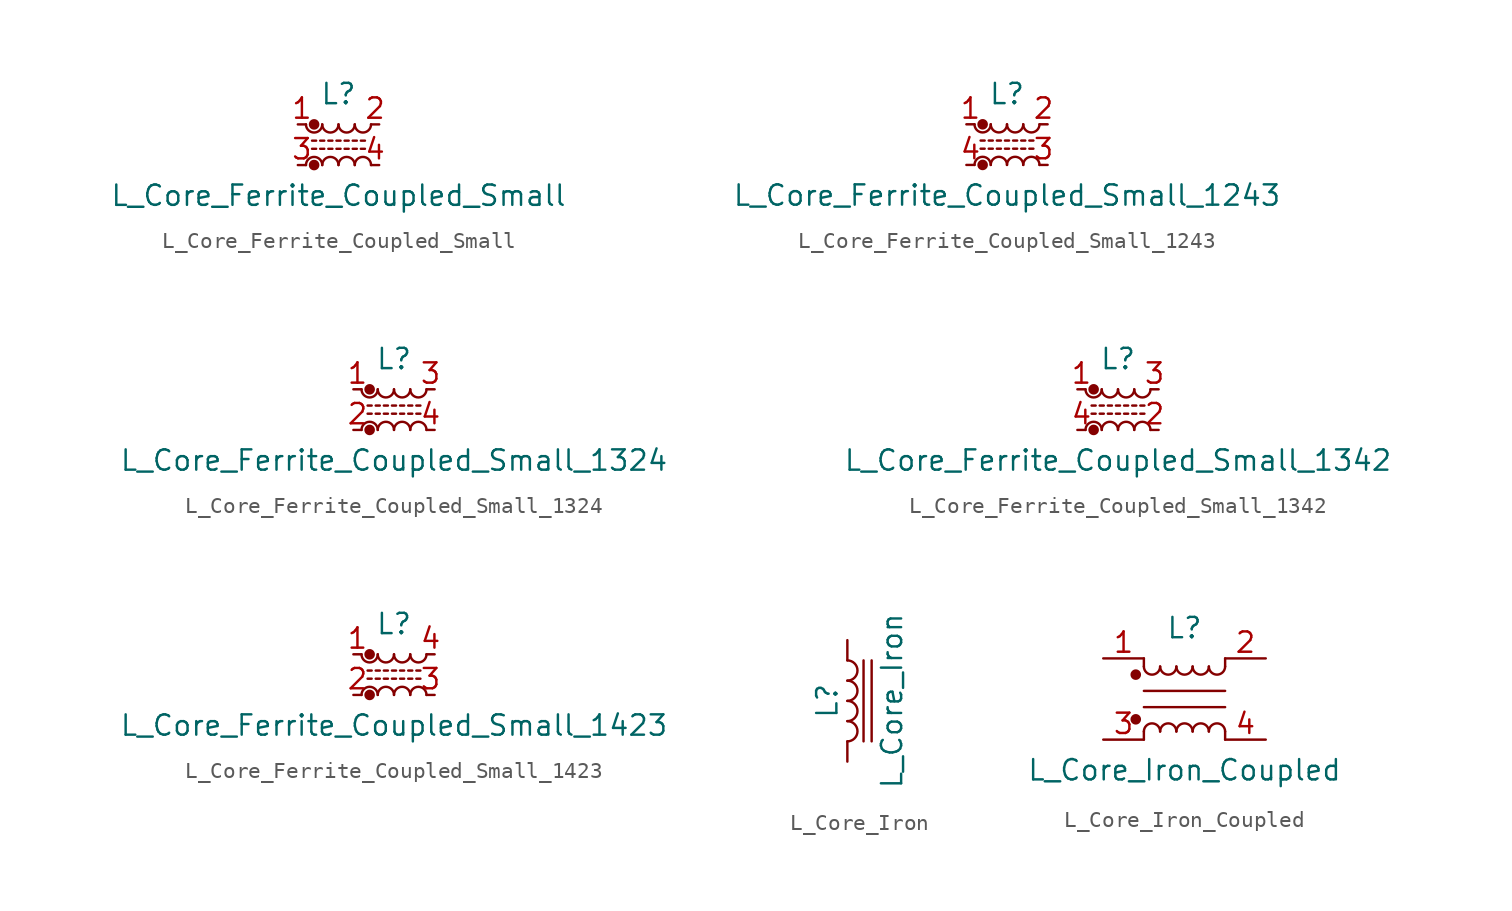
<source format=kicad_sym>
(kicad_symbol_lib
  (version 20211014)
  (generator kicad_symbol_editor)
  (symbol "L_Core_Ferrite_Coupled_Small"
    (pin_names
      (offset 0.254) hide)
    (property "Reference" "L"
      (at 0 3.175 0)
      (effects (font (size 1.27 1.27))))
    (property "Value" "L_Core_Ferrite_Coupled_Small"
      (at 0 -3.175 0)
      (effects (font (size 1.27 1.27))))
    (symbol "L_Core_Ferrite_Coupled_Small_0_1"
      (arc (start -2.032 1.27) (mid -1.524 0.762) (end -1.016 1.27) (stroke (width 0) (type default) (color 0 0 0 0)) (fill (type none)))
      (circle (center -1.524 -1.27) (radius 0.254) (stroke (width 0) (type default) (color 0 0 0 0)) (fill (type outline)))
      (circle (center -1.524 1.27) (radius 0.254) (stroke (width 0) (type default) (color 0 0 0 0)) (fill (type outline)))
      (arc (start -1.016 -1.27) (mid -1.524 -0.762) (end -2.032 -1.27) (stroke (width 0) (type default) (color 0 0 0 0)) (fill (type none)))
      (arc (start -1.016 1.27) (mid -0.508 0.762) (end 0 1.27) (stroke (width 0) (type default) (color 0 0 0 0)) (fill (type none)))
      (arc (start 0 -1.27) (mid -0.508 -0.762) (end -1.016 -1.27) (stroke (width 0) (type default) (color 0 0 0 0)) (fill (type none)))
      (polyline (pts (xy -1.651 0.254) (xy -1.397 0.254)) (stroke (width 0) (type default) (color 0 0 0 0)) (fill (type none)))
      (polyline (pts (xy -1.397 -0.254) (xy -1.651 -0.254)) (stroke (width 0) (type default) (color 0 0 0 0)) (fill (type none)))
      (polyline (pts (xy -1.143 0.254) (xy -0.889 0.254)) (stroke (width 0) (type default) (color 0 0 0 0)) (fill (type none)))
      (polyline (pts (xy -0.889 -0.254) (xy -1.143 -0.254)) (stroke (width 0) (type default) (color 0 0 0 0)) (fill (type none)))
      (polyline (pts (xy -0.635 0.254) (xy -0.381 0.254)) (stroke (width 0) (type default) (color 0 0 0 0)) (fill (type none)))
      (polyline (pts (xy -0.381 -0.254) (xy -0.635 -0.254)) (stroke (width 0) (type default) (color 0 0 0 0)) (fill (type none)))
      (polyline (pts (xy -0.127 0.254) (xy 0.127 0.254)) (stroke (width 0) (type default) (color 0 0 0 0)) (fill (type none)))
      (polyline (pts (xy 0.127 -0.254) (xy -0.127 -0.254)) (stroke (width 0) (type default) (color 0 0 0 0)) (fill (type none)))
      (polyline (pts (xy 0.381 0.254) (xy 0.635 0.254)) (stroke (width 0) (type default) (color 0 0 0 0)) (fill (type none)))
      (polyline (pts (xy 0.635 -0.254) (xy 0.381 -0.254)) (stroke (width 0) (type default) (color 0 0 0 0)) (fill (type none)))
      (polyline (pts (xy 0.889 0.254) (xy 1.143 0.254)) (stroke (width 0) (type default) (color 0 0 0 0)) (fill (type none)))
      (polyline (pts (xy 1.143 -0.254) (xy 0.889 -0.254)) (stroke (width 0) (type default) (color 0 0 0 0)) (fill (type none)))
      (polyline (pts (xy 1.397 0.254) (xy 1.651 0.254)) (stroke (width 0) (type default) (color 0 0 0 0)) (fill (type none)))
      (polyline (pts (xy 1.651 -0.254) (xy 1.397 -0.254)) (stroke (width 0) (type default) (color 0 0 0 0)) (fill (type none)))
      (arc (start 0 1.27) (mid 0.508 0.762) (end 1.016 1.27) (stroke (width 0) (type default) (color 0 0 0 0)) (fill (type none)))
      (arc (start 1.016 -1.27) (mid 0.508 -0.762) (end 0 -1.27) (stroke (width 0) (type default) (color 0 0 0 0)) (fill (type none)))
      (arc (start 1.016 1.27) (mid 1.524 0.762) (end 2.032 1.27) (stroke (width 0) (type default) (color 0 0 0 0)) (fill (type none)))
      (arc (start 2.032 -1.27) (mid 1.524 -0.762) (end 1.016 -1.27) (stroke (width 0) (type default) (color 0 0 0 0)) (fill (type none))))
    (symbol "L_Core_Ferrite_Coupled_Small_1_1"
      (pin passive line (at -2.54 1.27 0) (length 0.508) (name "1" (effects (font (size 1.27 1.27)))) (number "1" (effects (font (size 1.27 1.27)))))
      (pin passive line (at 2.54 1.27 180) (length 0.508) (name "2" (effects (font (size 1.27 1.27)))) (number "2" (effects (font (size 1.27 1.27)))))
      (pin passive line (at -2.54 -1.27 0) (length 0.508) (name "3" (effects (font (size 1.27 1.27)))) (number "3" (effects (font (size 1.27 1.27)))))
      (pin passive line (at 2.54 -1.27 180) (length 0.508) (name "4" (effects (font (size 1.27 1.27)))) (number "4" (effects (font (size 1.27 1.27)))))))
  (symbol "L_Core_Ferrite_Coupled_Small_1243"
    (pin_names
      (offset 0.254) hide)
    (property "Reference" "L"
      (at 0 3.175 0)
      (effects (font (size 1.27 1.27))))
    (property "Value" "L_Core_Ferrite_Coupled_Small_1243"
      (at 0 -3.175 0)
      (effects (font (size 1.27 1.27))))
    (symbol "L_Core_Ferrite_Coupled_Small_1243_0_1"
      (arc (start -2.032 1.27) (mid -1.524 0.762) (end -1.016 1.27) (stroke (width 0) (type default) (color 0 0 0 0)) (fill (type none)))
      (circle (center -1.524 -1.27) (radius 0.254) (stroke (width 0) (type default) (color 0 0 0 0)) (fill (type outline)))
      (circle (center -1.524 1.27) (radius 0.254) (stroke (width 0) (type default) (color 0 0 0 0)) (fill (type outline)))
      (arc (start -1.016 -1.27) (mid -1.524 -0.762) (end -2.032 -1.27) (stroke (width 0) (type default) (color 0 0 0 0)) (fill (type none)))
      (arc (start -1.016 1.27) (mid -0.508 0.762) (end 0 1.27) (stroke (width 0) (type default) (color 0 0 0 0)) (fill (type none)))
      (arc (start 0 -1.27) (mid -0.508 -0.762) (end -1.016 -1.27) (stroke (width 0) (type default) (color 0 0 0 0)) (fill (type none)))
      (polyline (pts (xy -1.651 0.254) (xy -1.397 0.254)) (stroke (width 0) (type default) (color 0 0 0 0)) (fill (type none)))
      (polyline (pts (xy -1.397 -0.254) (xy -1.651 -0.254)) (stroke (width 0) (type default) (color 0 0 0 0)) (fill (type none)))
      (polyline (pts (xy -1.143 0.254) (xy -0.889 0.254)) (stroke (width 0) (type default) (color 0 0 0 0)) (fill (type none)))
      (polyline (pts (xy -0.889 -0.254) (xy -1.143 -0.254)) (stroke (width 0) (type default) (color 0 0 0 0)) (fill (type none)))
      (polyline (pts (xy -0.635 0.254) (xy -0.381 0.254)) (stroke (width 0) (type default) (color 0 0 0 0)) (fill (type none)))
      (polyline (pts (xy -0.381 -0.254) (xy -0.635 -0.254)) (stroke (width 0) (type default) (color 0 0 0 0)) (fill (type none)))
      (polyline (pts (xy -0.127 0.254) (xy 0.127 0.254)) (stroke (width 0) (type default) (color 0 0 0 0)) (fill (type none)))
      (polyline (pts (xy 0.127 -0.254) (xy -0.127 -0.254)) (stroke (width 0) (type default) (color 0 0 0 0)) (fill (type none)))
      (polyline (pts (xy 0.381 0.254) (xy 0.635 0.254)) (stroke (width 0) (type default) (color 0 0 0 0)) (fill (type none)))
      (polyline (pts (xy 0.635 -0.254) (xy 0.381 -0.254)) (stroke (width 0) (type default) (color 0 0 0 0)) (fill (type none)))
      (polyline (pts (xy 0.889 0.254) (xy 1.143 0.254)) (stroke (width 0) (type default) (color 0 0 0 0)) (fill (type none)))
      (polyline (pts (xy 1.143 -0.254) (xy 0.889 -0.254)) (stroke (width 0) (type default) (color 0 0 0 0)) (fill (type none)))
      (polyline (pts (xy 1.397 0.254) (xy 1.651 0.254)) (stroke (width 0) (type default) (color 0 0 0 0)) (fill (type none)))
      (polyline (pts (xy 1.651 -0.254) (xy 1.397 -0.254)) (stroke (width 0) (type default) (color 0 0 0 0)) (fill (type none)))
      (arc (start 0 1.27) (mid 0.508 0.762) (end 1.016 1.27) (stroke (width 0) (type default) (color 0 0 0 0)) (fill (type none)))
      (arc (start 1.016 -1.27) (mid 0.508 -0.762) (end 0 -1.27) (stroke (width 0) (type default) (color 0 0 0 0)) (fill (type none)))
      (arc (start 1.016 1.27) (mid 1.524 0.762) (end 2.032 1.27) (stroke (width 0) (type default) (color 0 0 0 0)) (fill (type none)))
      (arc (start 2.032 -1.27) (mid 1.524 -0.762) (end 1.016 -1.27) (stroke (width 0) (type default) (color 0 0 0 0)) (fill (type none))))
    (symbol "L_Core_Ferrite_Coupled_Small_1243_1_1"
      (pin passive line (at -2.54 1.27 0) (length 0.508) (name "1" (effects (font (size 1.27 1.27)))) (number "1" (effects (font (size 1.27 1.27)))))
      (pin passive line (at 2.54 1.27 180) (length 0.508) (name "2" (effects (font (size 1.27 1.27)))) (number "2" (effects (font (size 1.27 1.27)))))
      (pin passive line (at 2.54 -1.27 180) (length 0.508) (name "3" (effects (font (size 1.27 1.27)))) (number "3" (effects (font (size 1.27 1.27)))))
      (pin passive line (at -2.54 -1.27 0) (length 0.508) (name "4" (effects (font (size 1.27 1.27)))) (number "4" (effects (font (size 1.27 1.27)))))))
  (symbol "L_Core_Ferrite_Coupled_Small_1324"
    (pin_names
      (offset 0.254) hide)
    (property "Reference" "L"
      (at 0 3.175 0)
      (effects (font (size 1.27 1.27))))
    (property "Value" "L_Core_Ferrite_Coupled_Small_1324"
      (at 0 -3.175 0)
      (effects (font (size 1.27 1.27))))
    (symbol "L_Core_Ferrite_Coupled_Small_1324_0_1"
      (arc (start -2.032 1.27) (mid -1.524 0.762) (end -1.016 1.27) (stroke (width 0) (type default) (color 0 0 0 0)) (fill (type none)))
      (circle (center -1.524 -1.27) (radius 0.254) (stroke (width 0) (type default) (color 0 0 0 0)) (fill (type outline)))
      (circle (center -1.524 1.27) (radius 0.254) (stroke (width 0) (type default) (color 0 0 0 0)) (fill (type outline)))
      (arc (start -1.016 -1.27) (mid -1.524 -0.762) (end -2.032 -1.27) (stroke (width 0) (type default) (color 0 0 0 0)) (fill (type none)))
      (arc (start -1.016 1.27) (mid -0.508 0.762) (end 0 1.27) (stroke (width 0) (type default) (color 0 0 0 0)) (fill (type none)))
      (arc (start 0 -1.27) (mid -0.508 -0.762) (end -1.016 -1.27) (stroke (width 0) (type default) (color 0 0 0 0)) (fill (type none)))
      (polyline (pts (xy -1.651 0.254) (xy -1.397 0.254)) (stroke (width 0) (type default) (color 0 0 0 0)) (fill (type none)))
      (polyline (pts (xy -1.397 -0.254) (xy -1.651 -0.254)) (stroke (width 0) (type default) (color 0 0 0 0)) (fill (type none)))
      (polyline (pts (xy -1.143 0.254) (xy -0.889 0.254)) (stroke (width 0) (type default) (color 0 0 0 0)) (fill (type none)))
      (polyline (pts (xy -0.889 -0.254) (xy -1.143 -0.254)) (stroke (width 0) (type default) (color 0 0 0 0)) (fill (type none)))
      (polyline (pts (xy -0.635 0.254) (xy -0.381 0.254)) (stroke (width 0) (type default) (color 0 0 0 0)) (fill (type none)))
      (polyline (pts (xy -0.381 -0.254) (xy -0.635 -0.254)) (stroke (width 0) (type default) (color 0 0 0 0)) (fill (type none)))
      (polyline (pts (xy -0.127 0.254) (xy 0.127 0.254)) (stroke (width 0) (type default) (color 0 0 0 0)) (fill (type none)))
      (polyline (pts (xy 0.127 -0.254) (xy -0.127 -0.254)) (stroke (width 0) (type default) (color 0 0 0 0)) (fill (type none)))
      (polyline (pts (xy 0.381 0.254) (xy 0.635 0.254)) (stroke (width 0) (type default) (color 0 0 0 0)) (fill (type none)))
      (polyline (pts (xy 0.635 -0.254) (xy 0.381 -0.254)) (stroke (width 0) (type default) (color 0 0 0 0)) (fill (type none)))
      (polyline (pts (xy 0.889 0.254) (xy 1.143 0.254)) (stroke (width 0) (type default) (color 0 0 0 0)) (fill (type none)))
      (polyline (pts (xy 1.143 -0.254) (xy 0.889 -0.254)) (stroke (width 0) (type default) (color 0 0 0 0)) (fill (type none)))
      (polyline (pts (xy 1.397 0.254) (xy 1.651 0.254)) (stroke (width 0) (type default) (color 0 0 0 0)) (fill (type none)))
      (polyline (pts (xy 1.651 -0.254) (xy 1.397 -0.254)) (stroke (width 0) (type default) (color 0 0 0 0)) (fill (type none)))
      (arc (start 0 1.27) (mid 0.508 0.762) (end 1.016 1.27) (stroke (width 0) (type default) (color 0 0 0 0)) (fill (type none)))
      (arc (start 1.016 -1.27) (mid 0.508 -0.762) (end 0 -1.27) (stroke (width 0) (type default) (color 0 0 0 0)) (fill (type none)))
      (arc (start 1.016 1.27) (mid 1.524 0.762) (end 2.032 1.27) (stroke (width 0) (type default) (color 0 0 0 0)) (fill (type none)))
      (arc (start 2.032 -1.27) (mid 1.524 -0.762) (end 1.016 -1.27) (stroke (width 0) (type default) (color 0 0 0 0)) (fill (type none))))
    (symbol "L_Core_Ferrite_Coupled_Small_1324_1_1"
      (pin passive line (at -2.54 1.27 0) (length 0.508) (name "1" (effects (font (size 1.27 1.27)))) (number "1" (effects (font (size 1.27 1.27)))))
      (pin passive line (at -2.54 -1.27 0) (length 0.508) (name "2" (effects (font (size 1.27 1.27)))) (number "2" (effects (font (size 1.27 1.27)))))
      (pin passive line (at 2.54 1.27 180) (length 0.508) (name "3" (effects (font (size 1.27 1.27)))) (number "3" (effects (font (size 1.27 1.27)))))
      (pin passive line (at 2.54 -1.27 180) (length 0.508) (name "4" (effects (font (size 1.27 1.27)))) (number "4" (effects (font (size 1.27 1.27)))))))
  (symbol "L_Core_Ferrite_Coupled_Small_1342"
    (pin_names
      (offset 0.254) hide)
    (property "Reference" "L"
      (at 0 3.175 0)
      (effects (font (size 1.27 1.27))))
    (property "Value" "L_Core_Ferrite_Coupled_Small_1342"
      (at 0 -3.175 0)
      (effects (font (size 1.27 1.27))))
    (symbol "L_Core_Ferrite_Coupled_Small_1342_0_1"
      (arc (start -2.032 1.27) (mid -1.524 0.762) (end -1.016 1.27) (stroke (width 0) (type default) (color 0 0 0 0)) (fill (type none)))
      (circle (center -1.524 -1.27) (radius 0.254) (stroke (width 0) (type default) (color 0 0 0 0)) (fill (type outline)))
      (circle (center -1.524 1.27) (radius 0.254) (stroke (width 0) (type default) (color 0 0 0 0)) (fill (type outline)))
      (arc (start -1.016 -1.27) (mid -1.524 -0.762) (end -2.032 -1.27) (stroke (width 0) (type default) (color 0 0 0 0)) (fill (type none)))
      (arc (start -1.016 1.27) (mid -0.508 0.762) (end 0 1.27) (stroke (width 0) (type default) (color 0 0 0 0)) (fill (type none)))
      (arc (start 0 -1.27) (mid -0.508 -0.762) (end -1.016 -1.27) (stroke (width 0) (type default) (color 0 0 0 0)) (fill (type none)))
      (polyline (pts (xy -1.651 0.254) (xy -1.397 0.254)) (stroke (width 0) (type default) (color 0 0 0 0)) (fill (type none)))
      (polyline (pts (xy -1.397 -0.254) (xy -1.651 -0.254)) (stroke (width 0) (type default) (color 0 0 0 0)) (fill (type none)))
      (polyline (pts (xy -1.143 0.254) (xy -0.889 0.254)) (stroke (width 0) (type default) (color 0 0 0 0)) (fill (type none)))
      (polyline (pts (xy -0.889 -0.254) (xy -1.143 -0.254)) (stroke (width 0) (type default) (color 0 0 0 0)) (fill (type none)))
      (polyline (pts (xy -0.635 0.254) (xy -0.381 0.254)) (stroke (width 0) (type default) (color 0 0 0 0)) (fill (type none)))
      (polyline (pts (xy -0.381 -0.254) (xy -0.635 -0.254)) (stroke (width 0) (type default) (color 0 0 0 0)) (fill (type none)))
      (polyline (pts (xy -0.127 0.254) (xy 0.127 0.254)) (stroke (width 0) (type default) (color 0 0 0 0)) (fill (type none)))
      (polyline (pts (xy 0.127 -0.254) (xy -0.127 -0.254)) (stroke (width 0) (type default) (color 0 0 0 0)) (fill (type none)))
      (polyline (pts (xy 0.381 0.254) (xy 0.635 0.254)) (stroke (width 0) (type default) (color 0 0 0 0)) (fill (type none)))
      (polyline (pts (xy 0.635 -0.254) (xy 0.381 -0.254)) (stroke (width 0) (type default) (color 0 0 0 0)) (fill (type none)))
      (polyline (pts (xy 0.889 0.254) (xy 1.143 0.254)) (stroke (width 0) (type default) (color 0 0 0 0)) (fill (type none)))
      (polyline (pts (xy 1.143 -0.254) (xy 0.889 -0.254)) (stroke (width 0) (type default) (color 0 0 0 0)) (fill (type none)))
      (polyline (pts (xy 1.397 0.254) (xy 1.651 0.254)) (stroke (width 0) (type default) (color 0 0 0 0)) (fill (type none)))
      (polyline (pts (xy 1.651 -0.254) (xy 1.397 -0.254)) (stroke (width 0) (type default) (color 0 0 0 0)) (fill (type none)))
      (arc (start 0 1.27) (mid 0.508 0.762) (end 1.016 1.27) (stroke (width 0) (type default) (color 0 0 0 0)) (fill (type none)))
      (arc (start 1.016 -1.27) (mid 0.508 -0.762) (end 0 -1.27) (stroke (width 0) (type default) (color 0 0 0 0)) (fill (type none)))
      (arc (start 1.016 1.27) (mid 1.524 0.762) (end 2.032 1.27) (stroke (width 0) (type default) (color 0 0 0 0)) (fill (type none)))
      (arc (start 2.032 -1.27) (mid 1.524 -0.762) (end 1.016 -1.27) (stroke (width 0) (type default) (color 0 0 0 0)) (fill (type none))))
    (symbol "L_Core_Ferrite_Coupled_Small_1342_1_1"
      (pin passive line (at -2.54 1.27 0) (length 0.508) (name "1" (effects (font (size 1.27 1.27)))) (number "1" (effects (font (size 1.27 1.27)))))
      (pin passive line (at 2.54 -1.27 180) (length 0.508) (name "2" (effects (font (size 1.27 1.27)))) (number "2" (effects (font (size 1.27 1.27)))))
      (pin passive line (at 2.54 1.27 180) (length 0.508) (name "3" (effects (font (size 1.27 1.27)))) (number "3" (effects (font (size 1.27 1.27)))))
      (pin passive line (at -2.54 -1.27 0) (length 0.508) (name "4" (effects (font (size 1.27 1.27)))) (number "4" (effects (font (size 1.27 1.27)))))))
  (symbol "L_Core_Ferrite_Coupled_Small_1423"
    (pin_names
      (offset 0.254) hide)
    (property "Reference" "L"
      (at 0 3.175 0)
      (effects (font (size 1.27 1.27))))
    (property "Value" "L_Core_Ferrite_Coupled_Small_1423"
      (at 0 -3.175 0)
      (effects (font (size 1.27 1.27))))
    (symbol "L_Core_Ferrite_Coupled_Small_1423_0_1"
      (arc (start -2.032 1.27) (mid -1.524 0.762) (end -1.016 1.27) (stroke (width 0) (type default) (color 0 0 0 0)) (fill (type none)))
      (circle (center -1.524 -1.27) (radius 0.254) (stroke (width 0) (type default) (color 0 0 0 0)) (fill (type outline)))
      (circle (center -1.524 1.27) (radius 0.254) (stroke (width 0) (type default) (color 0 0 0 0)) (fill (type outline)))
      (arc (start -1.016 -1.27) (mid -1.524 -0.762) (end -2.032 -1.27) (stroke (width 0) (type default) (color 0 0 0 0)) (fill (type none)))
      (arc (start -1.016 1.27) (mid -0.508 0.762) (end 0 1.27) (stroke (width 0) (type default) (color 0 0 0 0)) (fill (type none)))
      (arc (start 0 -1.27) (mid -0.508 -0.762) (end -1.016 -1.27) (stroke (width 0) (type default) (color 0 0 0 0)) (fill (type none)))
      (polyline (pts (xy -1.651 0.254) (xy -1.397 0.254)) (stroke (width 0) (type default) (color 0 0 0 0)) (fill (type none)))
      (polyline (pts (xy -1.397 -0.254) (xy -1.651 -0.254)) (stroke (width 0) (type default) (color 0 0 0 0)) (fill (type none)))
      (polyline (pts (xy -1.143 0.254) (xy -0.889 0.254)) (stroke (width 0) (type default) (color 0 0 0 0)) (fill (type none)))
      (polyline (pts (xy -0.889 -0.254) (xy -1.143 -0.254)) (stroke (width 0) (type default) (color 0 0 0 0)) (fill (type none)))
      (polyline (pts (xy -0.635 0.254) (xy -0.381 0.254)) (stroke (width 0) (type default) (color 0 0 0 0)) (fill (type none)))
      (polyline (pts (xy -0.381 -0.254) (xy -0.635 -0.254)) (stroke (width 0) (type default) (color 0 0 0 0)) (fill (type none)))
      (polyline (pts (xy -0.127 0.254) (xy 0.127 0.254)) (stroke (width 0) (type default) (color 0 0 0 0)) (fill (type none)))
      (polyline (pts (xy 0.127 -0.254) (xy -0.127 -0.254)) (stroke (width 0) (type default) (color 0 0 0 0)) (fill (type none)))
      (polyline (pts (xy 0.381 0.254) (xy 0.635 0.254)) (stroke (width 0) (type default) (color 0 0 0 0)) (fill (type none)))
      (polyline (pts (xy 0.635 -0.254) (xy 0.381 -0.254)) (stroke (width 0) (type default) (color 0 0 0 0)) (fill (type none)))
      (polyline (pts (xy 0.889 0.254) (xy 1.143 0.254)) (stroke (width 0) (type default) (color 0 0 0 0)) (fill (type none)))
      (polyline (pts (xy 1.143 -0.254) (xy 0.889 -0.254)) (stroke (width 0) (type default) (color 0 0 0 0)) (fill (type none)))
      (polyline (pts (xy 1.397 0.254) (xy 1.651 0.254)) (stroke (width 0) (type default) (color 0 0 0 0)) (fill (type none)))
      (polyline (pts (xy 1.651 -0.254) (xy 1.397 -0.254)) (stroke (width 0) (type default) (color 0 0 0 0)) (fill (type none)))
      (arc (start 0 1.27) (mid 0.508 0.762) (end 1.016 1.27) (stroke (width 0) (type default) (color 0 0 0 0)) (fill (type none)))
      (arc (start 1.016 -1.27) (mid 0.508 -0.762) (end 0 -1.27) (stroke (width 0) (type default) (color 0 0 0 0)) (fill (type none)))
      (arc (start 1.016 1.27) (mid 1.524 0.762) (end 2.032 1.27) (stroke (width 0) (type default) (color 0 0 0 0)) (fill (type none)))
      (arc (start 2.032 -1.27) (mid 1.524 -0.762) (end 1.016 -1.27) (stroke (width 0) (type default) (color 0 0 0 0)) (fill (type none))))
    (symbol "L_Core_Ferrite_Coupled_Small_1423_1_1"
      (pin passive line (at -2.54 1.27 0) (length 0.508) (name "1" (effects (font (size 1.27 1.27)))) (number "1" (effects (font (size 1.27 1.27)))))
      (pin passive line (at -2.54 -1.27 0) (length 0.508) (name "2" (effects (font (size 1.27 1.27)))) (number "2" (effects (font (size 1.27 1.27)))))
      (pin passive line (at 2.54 -1.27 180) (length 0.508) (name "3" (effects (font (size 1.27 1.27)))) (number "3" (effects (font (size 1.27 1.27)))))
      (pin passive line (at 2.54 1.27 180) (length 0.508) (name "4" (effects (font (size 1.27 1.27)))) (number "4" (effects (font (size 1.27 1.27)))))))
  (symbol "L_Core_Iron"
    (pin_numbers hide)
    (pin_names
      (offset 1.016) hide)
    (property "Reference" "L"
      (at -1.27 0 90)
      (effects (font (size 1.27 1.27))))
    (property "Value" "L_Core_Iron"
      (at 2.794 0 90)
      (effects (font (size 1.27 1.27))))
    (symbol "L_Core_Iron_0_1"
      (arc (start 0 -2.54) (mid 0.635 -1.905) (end 0 -1.27) (stroke (width 0) (type default) (color 0 0 0 0)) (fill (type none)))
      (arc (start 0 -1.27) (mid 0.635 -0.635) (end 0 0) (stroke (width 0) (type default) (color 0 0 0 0)) (fill (type none)))
      (polyline (pts (xy 1.016 2.54) (xy 1.016 -2.54)) (stroke (width 0) (type default) (color 0 0 0 0)) (fill (type none)))
      (polyline (pts (xy 1.524 -2.54) (xy 1.524 2.54)) (stroke (width 0) (type default) (color 0 0 0 0)) (fill (type none)))
      (arc (start 0 0) (mid 0.635 0.635) (end 0 1.27) (stroke (width 0) (type default) (color 0 0 0 0)) (fill (type none)))
      (arc (start 0 1.27) (mid 0.635 1.905) (end 0 2.54) (stroke (width 0) (type default) (color 0 0 0 0)) (fill (type none))))
    (symbol "L_Core_Iron_1_1"
      (pin passive line (at 0 3.81 270) (length 1.27) (name "1" (effects (font (size 1.27 1.27)))) (number "1" (effects (font (size 1.27 1.27)))))
      (pin passive line (at 0 -3.81 90) (length 1.27) (name "2" (effects (font (size 1.27 1.27)))) (number "2" (effects (font (size 1.27 1.27)))))))
  (symbol "L_Core_Iron_Coupled"
    (pin_names
      (offset 0.254) hide)
    (property "Reference" "L"
      (at 0 4.445 0)
      (effects (font (size 1.27 1.27))))
    (property "Value" "L_Core_Iron_Coupled"
      (at 0 -4.445 0)
      (effects (font (size 1.27 1.27))))
    (symbol "L_Core_Iron_Coupled_0_1"
      (circle (center -3.048 -1.27) (radius 0.254) (stroke (width 0) (type default) (color 0 0 0 0)) (fill (type outline)))
      (circle (center -3.048 1.524) (radius 0.254) (stroke (width 0) (type default) (color 0 0 0 0)) (fill (type outline)))
      (arc (start -2.54 2.032) (mid -2.032 1.524) (end -1.524 2.032) (stroke (width 0) (type default) (color 0 0 0 0)) (fill (type none)))
      (arc (start -1.524 -2.032) (mid -2.032 -1.524) (end -2.54 -2.032) (stroke (width 0) (type default) (color 0 0 0 0)) (fill (type none)))
      (arc (start -1.524 2.032) (mid -1.016 1.524) (end -0.508 2.032) (stroke (width 0) (type default) (color 0 0 0 0)) (fill (type none)))
      (arc (start -0.508 -2.032) (mid -1.016 -1.524) (end -1.524 -2.032) (stroke (width 0) (type default) (color 0 0 0 0)) (fill (type none)))
      (arc (start -0.508 2.032) (mid 0 1.524) (end 0.508 2.032) (stroke (width 0) (type default) (color 0 0 0 0)) (fill (type none)))
      (polyline (pts (xy -2.54 -2.032) (xy -2.54 -2.54)) (stroke (width 0) (type default) (color 0 0 0 0)) (fill (type none)))
      (polyline (pts (xy -2.54 0.508) (xy 2.54 0.508)) (stroke (width 0) (type default) (color 0 0 0 0)) (fill (type none)))
      (polyline (pts (xy -2.54 2.032) (xy -2.54 2.54)) (stroke (width 0) (type default) (color 0 0 0 0)) (fill (type none)))
      (polyline (pts (xy 2.54 -2.032) (xy 2.54 -2.54)) (stroke (width 0) (type default) (color 0 0 0 0)) (fill (type none)))
      (polyline (pts (xy 2.54 -0.508) (xy -2.54 -0.508)) (stroke (width 0) (type default) (color 0 0 0 0)) (fill (type none)))
      (polyline (pts (xy 2.54 2.54) (xy 2.54 2.032)) (stroke (width 0) (type default) (color 0 0 0 0)) (fill (type none)))
      (arc (start 0.508 -2.032) (mid 0 -1.524) (end -0.508 -2.032) (stroke (width 0) (type default) (color 0 0 0 0)) (fill (type none)))
      (arc (start 0.508 2.032) (mid 1.016 1.524) (end 1.524 2.032) (stroke (width 0) (type default) (color 0 0 0 0)) (fill (type none)))
      (arc (start 1.524 -2.032) (mid 1.016 -1.524) (end 0.508 -2.032) (stroke (width 0) (type default) (color 0 0 0 0)) (fill (type none)))
      (arc (start 1.524 2.032) (mid 2.032 1.524) (end 2.54 2.032) (stroke (width 0) (type default) (color 0 0 0 0)) (fill (type none)))
      (arc (start 2.54 -2.032) (mid 2.032 -1.524) (end 1.524 -2.032) (stroke (width 0) (type default) (color 0 0 0 0)) (fill (type none))))
    (symbol "L_Core_Iron_Coupled_1_1"
      (pin passive line (at -5.08 2.54 0) (length 2.54) (name "1" (effects (font (size 1.27 1.27)))) (number "1" (effects (font (size 1.27 1.27)))))
      (pin passive line (at 5.08 2.54 180) (length 2.54) (name "2" (effects (font (size 1.27 1.27)))) (number "2" (effects (font (size 1.27 1.27)))))
      (pin passive line (at -5.08 -2.54 0) (length 2.54) (name "3" (effects (font (size 1.27 1.27)))) (number "3" (effects (font (size 1.27 1.27)))))
      (pin passive line (at 5.08 -2.54 180) (length 2.54) (name "4" (effects (font (size 1.27 1.27)))) (number "4" (effects (font (size 1.27 1.27))))))))
</source>
